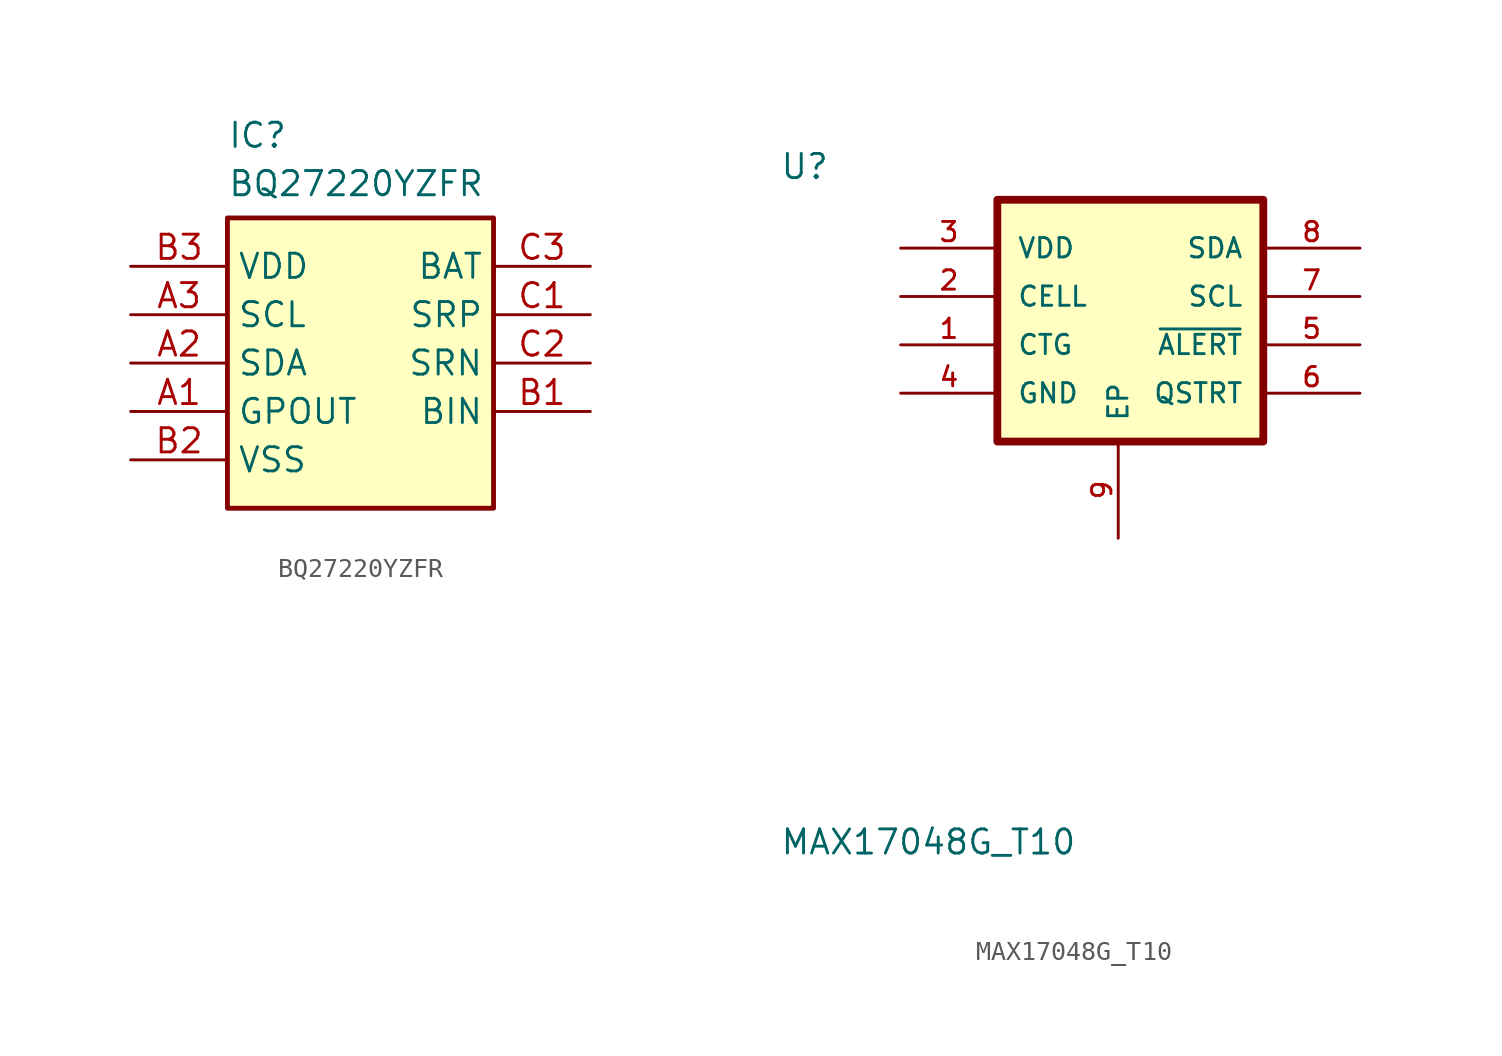
<source format=kicad_sym>
(kicad_symbol_lib
  (version 20241209)
  (generator "kicad_symbol_editor")
  (generator_version "9.0")
  (symbol "BQ27220YZFR"
    (property "Reference" "IC"
      (at 5.08 8.89 0)
      (effects (font (size 1.27 1.27)) (justify left top)))
    (property "Value" "BQ27220YZFR"
      (at 5.08 6.35 0)
      (effects (font (size 1.27 1.27)) (justify left top)))
    (symbol "BQ27220YZFR_1_1"
      (rectangle (start 5.08 3.81) (end 19.05 -11.43) (stroke (width 0.254) (type default)) (fill (type background)))
      (pin passive line (at 0 1.27 0) (length 5.08) (name "VDD" (effects (font (size 1.27 1.27)))) (number "B3" (effects (font (size 1.27 1.27)))))
      (pin passive line (at 0 -1.27 0) (length 5.08) (name "SCL" (effects (font (size 1.27 1.27)))) (number "A3" (effects (font (size 1.27 1.27)))))
      (pin passive line (at 0 -3.81 0) (length 5.08) (name "SDA" (effects (font (size 1.27 1.27)))) (number "A2" (effects (font (size 1.27 1.27)))))
      (pin passive line (at 0 -6.35 0) (length 5.08) (name "GPOUT" (effects (font (size 1.27 1.27)))) (number "A1" (effects (font (size 1.27 1.27)))))
      (pin passive line (at 0 -8.89 0) (length 5.08) (name "VSS" (effects (font (size 1.27 1.27)))) (number "B2" (effects (font (size 1.27 1.27)))))
      (pin passive line (at 24.13 1.27 180) (length 5.08) (name "BAT" (effects (font (size 1.27 1.27)))) (number "C3" (effects (font (size 1.27 1.27)))))
      (pin passive line (at 24.13 -1.27 180) (length 5.08) (name "SRP" (effects (font (size 1.27 1.27)))) (number "C1" (effects (font (size 1.27 1.27)))))
      (pin passive line (at 24.13 -3.81 180) (length 5.08) (name "SRN" (effects (font (size 1.27 1.27)))) (number "C2" (effects (font (size 1.27 1.27)))))
      (pin passive line (at 24.13 -6.35 180) (length 5.08) (name "BIN" (effects (font (size 1.27 1.27)))) (number "B1" (effects (font (size 1.27 1.27)))))))
  (symbol "MAX17048G_T10"
    (pin_names
      (offset 1.016))
    (property "Reference" "U"
      (at -12.7 16.24 0)
      (effects (font (size 1.27 1.27)) (justify left bottom)))
    (property "Value" "MAX17048G_T10"
      (at -12.7 -19.24 0)
      (effects (font (size 1.27 1.27)) (justify left bottom)))
    (symbol "MAX17048G_T10_0_0"
      (rectangle (start -1.27 15.24) (end 12.7 2.54) (stroke (width 0.41) (type default)) (fill (type background)))
      (pin power_in line (at -6.35 12.7 0) (length 5.08) (name "VDD" (effects (font (size 1.016 1.016)))) (number "3" (effects (font (size 1.016 1.016)))))
      (pin power_in line (at -6.35 10.16 0) (length 5.08) (name "CELL" (effects (font (size 1.016 1.016)))) (number "2" (effects (font (size 1.016 1.016)))))
      (pin power_in line (at -6.35 7.62 0) (length 5.08) (name "CTG" (effects (font (size 1.016 1.016)))) (number "1" (effects (font (size 1.016 1.016)))))
      (pin power_in line (at -6.35 5.08 0) (length 5.08) (name "GND" (effects (font (size 1.016 1.016)))) (number "4" (effects (font (size 1.016 1.016)))))
      (pin power_in line (at 5.08 -2.54 90) (length 5.08) (name "EP" (effects (font (size 1.016 1.016)))) (number "9" (effects (font (size 1.016 1.016)))))
      (pin bidirectional line (at 17.78 12.7 180) (length 5.08) (name "SDA" (effects (font (size 1.016 1.016)))) (number "8" (effects (font (size 1.016 1.016)))))
      (pin input line (at 17.78 10.16 180) (length 5.08) (name "SCL" (effects (font (size 1.016 1.016)))) (number "7" (effects (font (size 1.016 1.016)))))
      (pin output line (at 17.78 7.62 180) (length 5.08) (name "~{ALERT}" (effects (font (size 1.016 1.016)))) (number "5" (effects (font (size 1.016 1.016)))))
      (pin input line (at 17.78 5.08 180) (length 5.08) (name "QSTRT" (effects (font (size 1.016 1.016)))) (number "6" (effects (font (size 1.016 1.016))))))))
</source>
